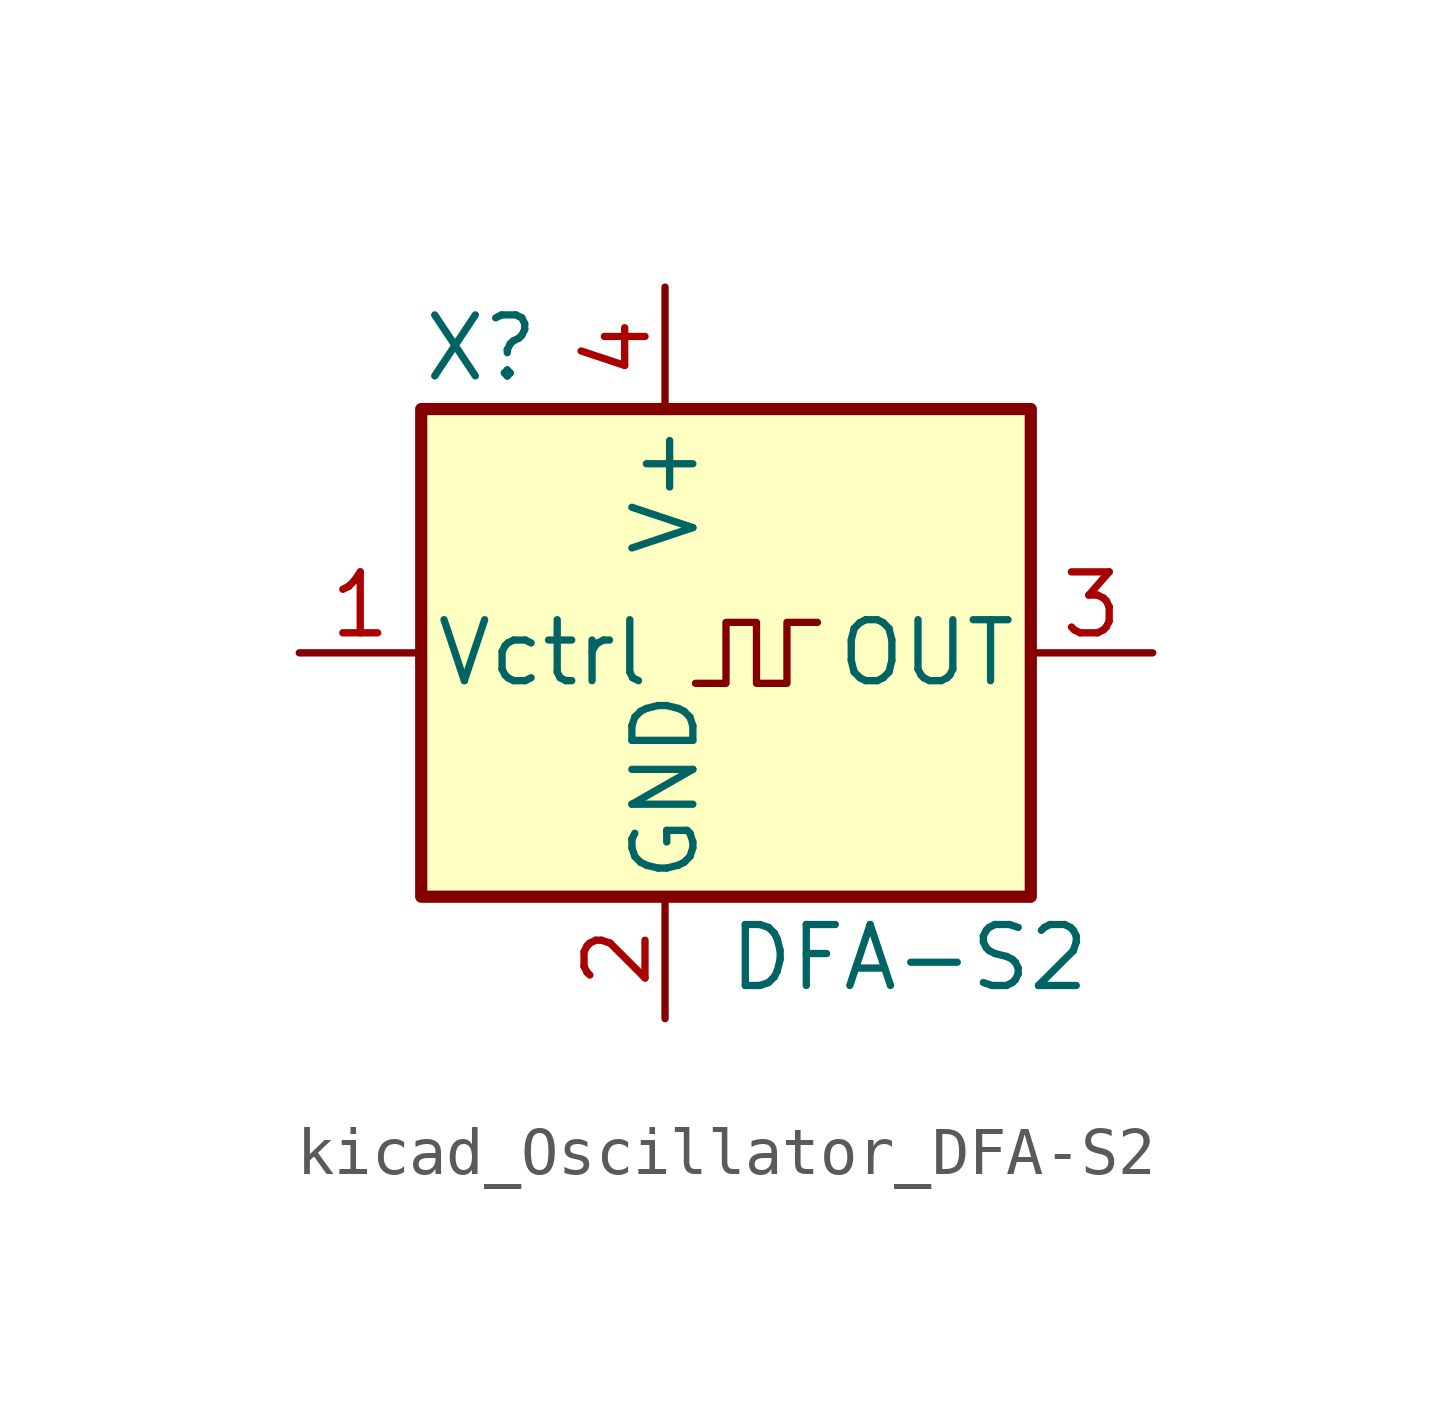
<source format=kicad_sym>
(kicad_symbol_lib
  (version 20220914)
  (generator kicad_symbol_editor)
  (symbol "kicad_Oscillator_DFA-S2"
    (pin_names
      (offset 0.254))
    (property "Reference" "X"
      (at -5.08 6.35 0)
      (effects (font (size 1.27 1.27)) (justify left)))
    (property "Value" "DFA-S2"
      (at 1.27 -6.35 0)
      (effects (font (size 1.27 1.27)) (justify left)))
    (symbol "kicad_Oscillator_DFA-S2_0_1"
      (rectangle (start -5.08 5.08) (end 7.62 -5.08) (stroke (width 0.254) (type default)) (fill (type background)))
      (polyline (pts (xy 0.635 -0.635) (xy 1.27 -0.635) (xy 1.27 0.635) (xy 1.905 0.635) (xy 1.905 -0.635) (xy 2.54 -0.635) (xy 2.54 0.635) (xy 3.175 0.635)) (stroke (width 0) (type default)) (fill (type none))))
    (symbol "kicad_Oscillator_DFA-S2_1_1"
      (pin input line (at -7.62 0 0) (length 2.54) (name "Vctrl" (effects (font (size 1.27 1.27)))) (number "1" (effects (font (size 1.27 1.27)))))
      (pin power_in line (at 0 -7.62 90) (length 2.54) (name "GND" (effects (font (size 1.27 1.27)))) (number "2" (effects (font (size 1.27 1.27)))))
      (pin output line (at 10.16 0 180) (length 2.54) (name "OUT" (effects (font (size 1.27 1.27)))) (number "3" (effects (font (size 1.27 1.27)))))
      (pin power_in line (at 0 7.62 270) (length 2.54) (name "V+" (effects (font (size 1.27 1.27)))) (number "4" (effects (font (size 1.27 1.27))))))))
</source>
